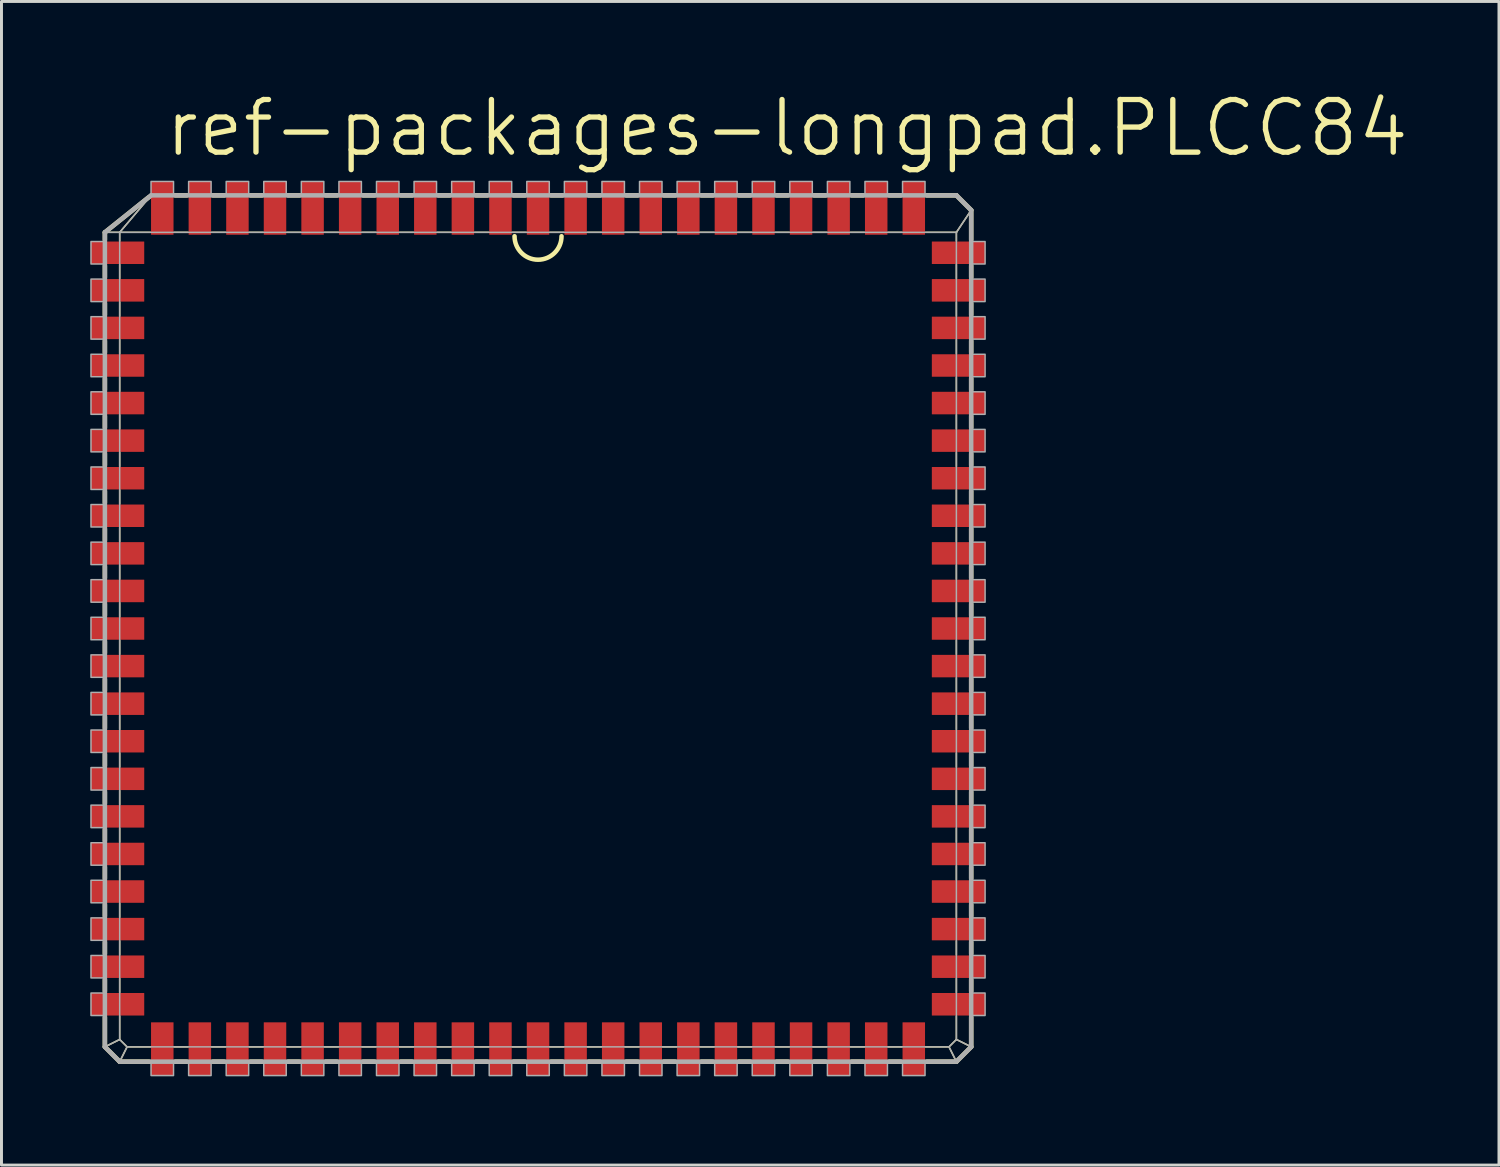
<source format=kicad_pcb>
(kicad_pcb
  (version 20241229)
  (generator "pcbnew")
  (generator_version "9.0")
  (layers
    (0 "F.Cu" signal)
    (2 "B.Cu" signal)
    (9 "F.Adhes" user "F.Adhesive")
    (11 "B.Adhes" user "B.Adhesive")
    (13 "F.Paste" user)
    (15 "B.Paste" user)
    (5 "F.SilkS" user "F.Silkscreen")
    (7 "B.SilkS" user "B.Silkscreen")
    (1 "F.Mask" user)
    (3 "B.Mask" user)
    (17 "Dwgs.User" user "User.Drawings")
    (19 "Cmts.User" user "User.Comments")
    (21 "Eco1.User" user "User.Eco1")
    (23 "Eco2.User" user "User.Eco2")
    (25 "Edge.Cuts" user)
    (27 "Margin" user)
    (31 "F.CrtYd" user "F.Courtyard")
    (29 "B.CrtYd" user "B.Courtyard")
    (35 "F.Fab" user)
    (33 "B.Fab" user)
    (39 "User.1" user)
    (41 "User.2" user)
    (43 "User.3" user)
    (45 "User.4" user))
  (footprint "ref-packages-longpad.PLCC84"
    (layer "F.Cu")
    (at 15.135 18.193)
    (property "Reference" "ref-packages-longpad.PLCC84" (at -12.7 -15.875 0) (layer "F.SilkS") (effects (font (size 1.778 1.778) (thickness 0.18)) (justify left bottom)))
    (attr smd)
    (fp_line (start -14.64 -13.39) (end -14.14 -13.39) (stroke (width 0.051) (type default)) (layer "F.SilkS"))
    (fp_line (start -14.64 -13.39) (end -13.14 -14.59) (stroke (width 0.152) (type default)) (layer "F.SilkS"))
    (fp_line (start -14.64 -13.14) (end -14.64 -13.39) (stroke (width 0.152) (type default)) (layer "F.SilkS"))
    (fp_line (start -14.64 -11.87) (end -14.64 -12.26) (stroke (width 0.152) (type default)) (layer "F.SilkS"))
    (fp_line (start -14.64 -10.6) (end -14.64 -10.99) (stroke (width 0.152) (type default)) (layer "F.SilkS"))
    (fp_line (start -14.64 -9.33) (end -14.64 -9.72) (stroke (width 0.152) (type default)) (layer "F.SilkS"))
    (fp_line (start -14.64 -8.06) (end -14.64 -8.45) (stroke (width 0.152) (type default)) (layer "F.SilkS"))
    (fp_line (start -14.64 -6.79) (end -14.64 -7.18) (stroke (width 0.152) (type default)) (layer "F.SilkS"))
    (fp_line (start -14.64 -5.52) (end -14.64 -5.91) (stroke (width 0.152) (type default)) (layer "F.SilkS"))
    (fp_line (start -14.64 -4.25) (end -14.64 -4.64) (stroke (width 0.152) (type default)) (layer "F.SilkS"))
    (fp_line (start -14.64 -2.98) (end -14.64 -3.37) (stroke (width 0.152) (type default)) (layer "F.SilkS"))
    (fp_line (start -14.64 -1.71) (end -14.64 -2.1) (stroke (width 0.152) (type default)) (layer "F.SilkS"))
    (fp_line (start -14.64 -0.44) (end -14.64 -0.83) (stroke (width 0.152) (type default)) (layer "F.SilkS"))
    (fp_line (start -14.64 0.83) (end -14.64 0.44) (stroke (width 0.152) (type default)) (layer "F.SilkS"))
    (fp_line (start -14.64 2.1) (end -14.64 1.71) (stroke (width 0.152) (type default)) (layer "F.SilkS"))
    (fp_line (start -14.64 3.37) (end -14.64 2.98) (stroke (width 0.152) (type default)) (layer "F.SilkS"))
    (fp_line (start -14.64 4.64) (end -14.64 4.25) (stroke (width 0.152) (type default)) (layer "F.SilkS"))
    (fp_line (start -14.64 5.91) (end -14.64 5.52) (stroke (width 0.152) (type default)) (layer "F.SilkS"))
    (fp_line (start -14.64 7.18) (end -14.64 6.79) (stroke (width 0.152) (type default)) (layer "F.SilkS"))
    (fp_line (start -14.64 8.45) (end -14.64 8.06) (stroke (width 0.152) (type default)) (layer "F.SilkS"))
    (fp_line (start -14.64 9.72) (end -14.64 9.33) (stroke (width 0.152) (type default)) (layer "F.SilkS"))
    (fp_line (start -14.64 10.99) (end -14.64 10.6) (stroke (width 0.152) (type default)) (layer "F.SilkS"))
    (fp_line (start -14.64 12.26) (end -14.64 11.87) (stroke (width 0.152) (type default)) (layer "F.SilkS"))
    (fp_line (start -14.64 14.14) (end -14.64 13.14) (stroke (width 0.152) (type default)) (layer "F.SilkS"))
    (fp_line (start -14.64 14.14) (end -14.14 13.89) (stroke (width 0.051) (type default)) (layer "F.SilkS"))
    (fp_line (start -14.14 -13.39) (end -13.1 -14.62) (stroke (width 0.051) (type default)) (layer "F.SilkS"))
    (fp_line (start -14.14 -13.39) (end -13.1 -13.39) (stroke (width 0.051) (type default)) (layer "F.SilkS"))
    (fp_line (start -14.14 -13.1) (end -14.14 -13.39) (stroke (width 0.051) (type default)) (layer "F.SilkS"))
    (fp_line (start -14.14 -11.83) (end -14.14 -12.3) (stroke (width 0.051) (type default)) (layer "F.SilkS"))
    (fp_line (start -14.14 -10.56) (end -14.14 -11.03) (stroke (width 0.051) (type default)) (layer "F.SilkS"))
    (fp_line (start -14.14 -9.29) (end -14.14 -9.76) (stroke (width 0.051) (type default)) (layer "F.SilkS"))
    (fp_line (start -14.14 -8.02) (end -14.14 -8.49) (stroke (width 0.051) (type default)) (layer "F.SilkS"))
    (fp_line (start -14.14 -6.75) (end -14.14 -7.22) (stroke (width 0.051) (type default)) (layer "F.SilkS"))
    (fp_line (start -14.14 -5.48) (end -14.14 -5.95) (stroke (width 0.051) (type default)) (layer "F.SilkS"))
    (fp_line (start -14.14 -4.21) (end -14.14 -4.68) (stroke (width 0.051) (type default)) (layer "F.SilkS"))
    (fp_line (start -14.14 -2.94) (end -14.14 -3.41) (stroke (width 0.051) (type default)) (layer "F.SilkS"))
    (fp_line (start -14.14 -1.67) (end -14.14 -2.14) (stroke (width 0.051) (type default)) (layer "F.SilkS"))
    (fp_line (start -14.14 -0.4) (end -14.14 -0.87) (stroke (width 0.051) (type default)) (layer "F.SilkS"))
    (fp_line (start -14.14 0.87) (end -14.14 0.4) (stroke (width 0.051) (type default)) (layer "F.SilkS"))
    (fp_line (start -14.14 2.14) (end -14.14 1.67) (stroke (width 0.051) (type default)) (layer "F.SilkS"))
    (fp_line (start -14.14 3.41) (end -14.14 2.94) (stroke (width 0.051) (type default)) (layer "F.SilkS"))
    (fp_line (start -14.14 4.68) (end -14.14 4.21) (stroke (width 0.051) (type default)) (layer "F.SilkS"))
    (fp_line (start -14.14 5.95) (end -14.14 5.48) (stroke (width 0.051) (type default)) (layer "F.SilkS"))
    (fp_line (start -14.14 7.22) (end -14.14 6.75) (stroke (width 0.051) (type default)) (layer "F.SilkS"))
    (fp_line (start -14.14 8.49) (end -14.14 8.02) (stroke (width 0.051) (type default)) (layer "F.SilkS"))
    (fp_line (start -14.14 9.76) (end -14.14 9.29) (stroke (width 0.051) (type default)) (layer "F.SilkS"))
    (fp_line (start -14.14 11.03) (end -14.14 10.56) (stroke (width 0.051) (type default)) (layer "F.SilkS"))
    (fp_line (start -14.14 12.3) (end -14.14 11.83) (stroke (width 0.051) (type default)) (layer "F.SilkS"))
    (fp_line (start -14.14 13.89) (end -14.14 13.1) (stroke (width 0.051) (type default)) (layer "F.SilkS"))
    (fp_line (start -14.14 14.64) (end -14.64 14.14) (stroke (width 0.152) (type default)) (layer "F.SilkS"))
    (fp_line (start -14.14 14.64) (end -13.89 14.14) (stroke (width 0.051) (type default)) (layer "F.SilkS"))
    (fp_line (start -13.89 14.14) (end -14.14 13.89) (stroke (width 0.051) (type default)) (layer "F.SilkS"))
    (fp_line (start -13.14 14.64) (end -14.14 14.64) (stroke (width 0.152) (type default)) (layer "F.SilkS"))
    (fp_line (start -13.1 14.14) (end -13.89 14.14) (stroke (width 0.051) (type default)) (layer "F.SilkS"))
    (fp_line (start -12.3 -13.39) (end -11.83 -13.39) (stroke (width 0.051) (type default)) (layer "F.SilkS"))
    (fp_line (start -12.26 -14.64) (end -11.87 -14.64) (stroke (width 0.152) (type default)) (layer "F.SilkS"))
    (fp_line (start -11.87 14.64) (end -12.26 14.64) (stroke (width 0.152) (type default)) (layer "F.SilkS"))
    (fp_line (start -11.83 14.14) (end -12.3 14.14) (stroke (width 0.051) (type default)) (layer "F.SilkS"))
    (fp_line (start -11.03 -13.39) (end -10.56 -13.39) (stroke (width 0.051) (type default)) (layer "F.SilkS"))
    (fp_line (start -10.99 -14.64) (end -10.6 -14.64) (stroke (width 0.152) (type default)) (layer "F.SilkS"))
    (fp_line (start -10.6 14.64) (end -10.99 14.64) (stroke (width 0.152) (type default)) (layer "F.SilkS"))
    (fp_line (start -10.56 14.14) (end -11.03 14.14) (stroke (width 0.051) (type default)) (layer "F.SilkS"))
    (fp_line (start -9.76 -13.39) (end -9.29 -13.39) (stroke (width 0.051) (type default)) (layer "F.SilkS"))
    (fp_line (start -9.72 -14.64) (end -9.33 -14.64) (stroke (width 0.152) (type default)) (layer "F.SilkS"))
    (fp_line (start -9.33 14.64) (end -9.72 14.64) (stroke (width 0.152) (type default)) (layer "F.SilkS"))
    (fp_line (start -9.29 14.14) (end -9.76 14.14) (stroke (width 0.051) (type default)) (layer "F.SilkS"))
    (fp_line (start -8.49 -13.39) (end -8.02 -13.39) (stroke (width 0.051) (type default)) (layer "F.SilkS"))
    (fp_line (start -8.45 -14.64) (end -8.06 -14.64) (stroke (width 0.152) (type default)) (layer "F.SilkS"))
    (fp_line (start -8.06 14.64) (end -8.45 14.64) (stroke (width 0.152) (type default)) (layer "F.SilkS"))
    (fp_line (start -8.02 14.14) (end -8.49 14.14) (stroke (width 0.051) (type default)) (layer "F.SilkS"))
    (fp_line (start -7.22 -13.39) (end -6.75 -13.39) (stroke (width 0.051) (type default)) (layer "F.SilkS"))
    (fp_line (start -7.18 -14.64) (end -6.79 -14.64) (stroke (width 0.152) (type default)) (layer "F.SilkS"))
    (fp_line (start -6.79 14.64) (end -7.18 14.64) (stroke (width 0.152) (type default)) (layer "F.SilkS"))
    (fp_line (start -6.75 14.14) (end -7.22 14.14) (stroke (width 0.051) (type default)) (layer "F.SilkS"))
    (fp_line (start -5.95 -13.39) (end -5.48 -13.39) (stroke (width 0.051) (type default)) (layer "F.SilkS"))
    (fp_line (start -5.91 -14.64) (end -5.52 -14.64) (stroke (width 0.152) (type default)) (layer "F.SilkS"))
    (fp_line (start -5.52 14.64) (end -5.91 14.64) (stroke (width 0.152) (type default)) (layer "F.SilkS"))
    (fp_line (start -5.48 14.14) (end -5.95 14.14) (stroke (width 0.051) (type default)) (layer "F.SilkS"))
    (fp_line (start -4.68 -13.39) (end -4.21 -13.39) (stroke (width 0.051) (type default)) (layer "F.SilkS"))
    (fp_line (start -4.64 -14.64) (end -4.25 -14.64) (stroke (width 0.152) (type default)) (layer "F.SilkS"))
    (fp_line (start -4.25 14.64) (end -4.64 14.64) (stroke (width 0.152) (type default)) (layer "F.SilkS"))
    (fp_line (start -4.21 14.14) (end -4.68 14.14) (stroke (width 0.051) (type default)) (layer "F.SilkS"))
    (fp_line (start -3.41 -13.39) (end -2.94 -13.39) (stroke (width 0.051) (type default)) (layer "F.SilkS"))
    (fp_line (start -3.37 -14.64) (end -2.98 -14.64) (stroke (width 0.152) (type default)) (layer "F.SilkS"))
    (fp_line (start -2.98 14.64) (end -3.37 14.64) (stroke (width 0.152) (type default)) (layer "F.SilkS"))
    (fp_line (start -2.94 14.14) (end -3.41 14.14) (stroke (width 0.051) (type default)) (layer "F.SilkS"))
    (fp_line (start -2.14 -13.39) (end -1.67 -13.39) (stroke (width 0.051) (type default)) (layer "F.SilkS"))
    (fp_line (start -2.1 -14.64) (end -1.71 -14.64) (stroke (width 0.152) (type default)) (layer "F.SilkS"))
    (fp_line (start -1.71 14.64) (end -2.1 14.64) (stroke (width 0.152) (type default)) (layer "F.SilkS"))
    (fp_line (start -1.67 14.14) (end -2.14 14.14) (stroke (width 0.051) (type default)) (layer "F.SilkS"))
    (fp_line (start -0.87 -13.39) (end -0.4 -13.39) (stroke (width 0.051) (type default)) (layer "F.SilkS"))
    (fp_line (start -0.83 -14.64) (end -0.44 -14.64) (stroke (width 0.152) (type default)) (layer "F.SilkS"))
    (fp_line (start -0.44 14.64) (end -0.83 14.64) (stroke (width 0.152) (type default)) (layer "F.SilkS"))
    (fp_line (start -0.4 14.14) (end -0.87 14.14) (stroke (width 0.051) (type default)) (layer "F.SilkS"))
    (fp_line (start 0.4 -13.39) (end 0.87 -13.39) (stroke (width 0.051) (type default)) (layer "F.SilkS"))
    (fp_line (start 0.44 -14.64) (end 0.83 -14.64) (stroke (width 0.152) (type default)) (layer "F.SilkS"))
    (fp_line (start 0.83 14.64) (end 0.44 14.64) (stroke (width 0.152) (type default)) (layer "F.SilkS"))
    (fp_line (start 0.87 14.14) (end 0.4 14.14) (stroke (width 0.051) (type default)) (layer "F.SilkS"))
    (fp_line (start 1.67 -13.39) (end 2.14 -13.39) (stroke (width 0.051) (type default)) (layer "F.SilkS"))
    (fp_line (start 1.71 -14.64) (end 2.1 -14.64) (stroke (width 0.152) (type default)) (layer "F.SilkS"))
    (fp_line (start 2.1 14.64) (end 1.71 14.64) (stroke (width 0.152) (type default)) (layer "F.SilkS"))
    (fp_line (start 2.14 14.14) (end 1.67 14.14) (stroke (width 0.051) (type default)) (layer "F.SilkS"))
    (fp_line (start 2.94 -13.39) (end 3.41 -13.39) (stroke (width 0.051) (type default)) (layer "F.SilkS"))
    (fp_line (start 2.98 -14.64) (end 3.37 -14.64) (stroke (width 0.152) (type default)) (layer "F.SilkS"))
    (fp_line (start 3.37 14.64) (end 2.98 14.64) (stroke (width 0.152) (type default)) (layer "F.SilkS"))
    (fp_line (start 3.41 14.14) (end 2.94 14.14) (stroke (width 0.051) (type default)) (layer "F.SilkS"))
    (fp_line (start 4.21 -13.39) (end 4.68 -13.39) (stroke (width 0.051) (type default)) (layer "F.SilkS"))
    (fp_line (start 4.25 -14.64) (end 4.64 -14.64) (stroke (width 0.152) (type default)) (layer "F.SilkS"))
    (fp_line (start 4.64 14.64) (end 4.25 14.64) (stroke (width 0.152) (type default)) (layer "F.SilkS"))
    (fp_line (start 4.68 14.14) (end 4.21 14.14) (stroke (width 0.051) (type default)) (layer "F.SilkS"))
    (fp_line (start 5.48 -13.39) (end 5.95 -13.39) (stroke (width 0.051) (type default)) (layer "F.SilkS"))
    (fp_line (start 5.52 -14.64) (end 5.91 -14.64) (stroke (width 0.152) (type default)) (layer "F.SilkS"))
    (fp_line (start 5.91 14.64) (end 5.52 14.64) (stroke (width 0.152) (type default)) (layer "F.SilkS"))
    (fp_line (start 5.95 14.14) (end 5.48 14.14) (stroke (width 0.051) (type default)) (layer "F.SilkS"))
    (fp_line (start 6.75 -13.39) (end 7.22 -13.39) (stroke (width 0.051) (type default)) (layer "F.SilkS"))
    (fp_line (start 6.79 -14.64) (end 7.18 -14.64) (stroke (width 0.152) (type default)) (layer "F.SilkS"))
    (fp_line (start 7.18 14.64) (end 6.79 14.64) (stroke (width 0.152) (type default)) (layer "F.SilkS"))
    (fp_line (start 7.22 14.14) (end 6.75 14.14) (stroke (width 0.051) (type default)) (layer "F.SilkS"))
    (fp_line (start 8.02 -13.39) (end 8.49 -13.39) (stroke (width 0.051) (type default)) (layer "F.SilkS"))
    (fp_line (start 8.06 -14.64) (end 8.45 -14.64) (stroke (width 0.152) (type default)) (layer "F.SilkS"))
    (fp_line (start 8.45 14.64) (end 8.06 14.64) (stroke (width 0.152) (type default)) (layer "F.SilkS"))
    (fp_line (start 8.49 14.14) (end 8.02 14.14) (stroke (width 0.051) (type default)) (layer "F.SilkS"))
    (fp_line (start 9.29 -13.39) (end 9.76 -13.39) (stroke (width 0.051) (type default)) (layer "F.SilkS"))
    (fp_line (start 9.33 -14.64) (end 9.72 -14.64) (stroke (width 0.152) (type default)) (layer "F.SilkS"))
    (fp_line (start 9.72 14.64) (end 9.33 14.64) (stroke (width 0.152) (type default)) (layer "F.SilkS"))
    (fp_line (start 9.76 14.14) (end 9.29 14.14) (stroke (width 0.051) (type default)) (layer "F.SilkS"))
    (fp_line (start 10.56 -13.39) (end 11.03 -13.39) (stroke (width 0.051) (type default)) (layer "F.SilkS"))
    (fp_line (start 10.6 -14.64) (end 10.99 -14.64) (stroke (width 0.152) (type default)) (layer "F.SilkS"))
    (fp_line (start 10.99 14.64) (end 10.6 14.64) (stroke (width 0.152) (type default)) (layer "F.SilkS"))
    (fp_line (start 11.03 14.14) (end 10.56 14.14) (stroke (width 0.051) (type default)) (layer "F.SilkS"))
    (fp_line (start 11.83 -13.39) (end 12.3 -13.39) (stroke (width 0.051) (type default)) (layer "F.SilkS"))
    (fp_line (start 11.87 -14.64) (end 12.26 -14.64) (stroke (width 0.152) (type default)) (layer "F.SilkS"))
    (fp_line (start 12.26 14.64) (end 11.87 14.64) (stroke (width 0.152) (type default)) (layer "F.SilkS"))
    (fp_line (start 12.3 14.14) (end 11.83 14.14) (stroke (width 0.051) (type default)) (layer "F.SilkS"))
    (fp_line (start 13.1 -13.39) (end 14.14 -13.39) (stroke (width 0.051) (type default)) (layer "F.SilkS"))
    (fp_line (start 13.14 -14.64) (end 14.14 -14.64) (stroke (width 0.152) (type default)) (layer "F.SilkS"))
    (fp_line (start 13.89 14.14) (end 13.1 14.14) (stroke (width 0.051) (type default)) (layer "F.SilkS"))
    (fp_line (start 13.89 14.14) (end 14.14 14.64) (stroke (width 0.051) (type default)) (layer "F.SilkS"))
    (fp_line (start 14.14 -14.64) (end 14.64 -14.14) (stroke (width 0.152) (type default)) (layer "F.SilkS"))
    (fp_line (start 14.14 -13.39) (end 14.14 -13.1) (stroke (width 0.051) (type default)) (layer "F.SilkS"))
    (fp_line (start 14.14 -12.3) (end 14.14 -11.83) (stroke (width 0.051) (type default)) (layer "F.SilkS"))
    (fp_line (start 14.14 -11.03) (end 14.14 -10.56) (stroke (width 0.051) (type default)) (layer "F.SilkS"))
    (fp_line (start 14.14 -9.76) (end 14.14 -9.29) (stroke (width 0.051) (type default)) (layer "F.SilkS"))
    (fp_line (start 14.14 -8.49) (end 14.14 -8.02) (stroke (width 0.051) (type default)) (layer "F.SilkS"))
    (fp_line (start 14.14 -7.22) (end 14.14 -6.75) (stroke (width 0.051) (type default)) (layer "F.SilkS"))
    (fp_line (start 14.14 -5.95) (end 14.14 -5.48) (stroke (width 0.051) (type default)) (layer "F.SilkS"))
    (fp_line (start 14.14 -4.68) (end 14.14 -4.21) (stroke (width 0.051) (type default)) (layer "F.SilkS"))
    (fp_line (start 14.14 -3.41) (end 14.14 -2.94) (stroke (width 0.051) (type default)) (layer "F.SilkS"))
    (fp_line (start 14.14 -2.14) (end 14.14 -1.67) (stroke (width 0.051) (type default)) (layer "F.SilkS"))
    (fp_line (start 14.14 -0.87) (end 14.14 -0.4) (stroke (width 0.051) (type default)) (layer "F.SilkS"))
    (fp_line (start 14.14 0.4) (end 14.14 0.87) (stroke (width 0.051) (type default)) (layer "F.SilkS"))
    (fp_line (start 14.14 1.67) (end 14.14 2.14) (stroke (width 0.051) (type default)) (layer "F.SilkS"))
    (fp_line (start 14.14 2.94) (end 14.14 3.41) (stroke (width 0.051) (type default)) (layer "F.SilkS"))
    (fp_line (start 14.14 4.21) (end 14.14 4.68) (stroke (width 0.051) (type default)) (layer "F.SilkS"))
    (fp_line (start 14.14 5.48) (end 14.14 5.95) (stroke (width 0.051) (type default)) (layer "F.SilkS"))
    (fp_line (start 14.14 6.75) (end 14.14 7.22) (stroke (width 0.051) (type default)) (layer "F.SilkS"))
    (fp_line (start 14.14 8.02) (end 14.14 8.49) (stroke (width 0.051) (type default)) (layer "F.SilkS"))
    (fp_line (start 14.14 9.29) (end 14.14 9.76) (stroke (width 0.051) (type default)) (layer "F.SilkS"))
    (fp_line (start 14.14 10.56) (end 14.14 11.03) (stroke (width 0.051) (type default)) (layer "F.SilkS"))
    (fp_line (start 14.14 11.83) (end 14.14 12.3) (stroke (width 0.051) (type default)) (layer "F.SilkS"))
    (fp_line (start 14.14 13.1) (end 14.14 13.89) (stroke (width 0.051) (type default)) (layer "F.SilkS"))
    (fp_line (start 14.14 13.89) (end 13.89 14.14) (stroke (width 0.051) (type default)) (layer "F.SilkS"))
    (fp_line (start 14.14 13.89) (end 14.64 14.14) (stroke (width 0.051) (type default)) (layer "F.SilkS"))
    (fp_line (start 14.14 14.64) (end 13.14 14.64) (stroke (width 0.152) (type default)) (layer "F.SilkS"))
    (fp_line (start 14.64 -14.14) (end 14.14 -13.39) (stroke (width 0.051) (type default)) (layer "F.SilkS"))
    (fp_line (start 14.64 -14.14) (end 14.64 -13.14) (stroke (width 0.152) (type default)) (layer "F.SilkS"))
    (fp_line (start 14.64 -12.26) (end 14.64 -11.87) (stroke (width 0.152) (type default)) (layer "F.SilkS"))
    (fp_line (start 14.64 -10.99) (end 14.64 -10.6) (stroke (width 0.152) (type default)) (layer "F.SilkS"))
    (fp_line (start 14.64 -9.72) (end 14.64 -9.33) (stroke (width 0.152) (type default)) (layer "F.SilkS"))
    (fp_line (start 14.64 -8.45) (end 14.64 -8.06) (stroke (width 0.152) (type default)) (layer "F.SilkS"))
    (fp_line (start 14.64 -7.18) (end 14.64 -6.79) (stroke (width 0.152) (type default)) (layer "F.SilkS"))
    (fp_line (start 14.64 -5.91) (end 14.64 -5.52) (stroke (width 0.152) (type default)) (layer "F.SilkS"))
    (fp_line (start 14.64 -4.64) (end 14.64 -4.25) (stroke (width 0.152) (type default)) (layer "F.SilkS"))
    (fp_line (start 14.64 -3.37) (end 14.64 -2.98) (stroke (width 0.152) (type default)) (layer "F.SilkS"))
    (fp_line (start 14.64 -2.1) (end 14.64 -1.71) (stroke (width 0.152) (type default)) (layer "F.SilkS"))
    (fp_line (start 14.64 -0.83) (end 14.64 -0.44) (stroke (width 0.152) (type default)) (layer "F.SilkS"))
    (fp_line (start 14.64 0.44) (end 14.64 0.83) (stroke (width 0.152) (type default)) (layer "F.SilkS"))
    (fp_line (start 14.64 1.71) (end 14.64 2.1) (stroke (width 0.152) (type default)) (layer "F.SilkS"))
    (fp_line (start 14.64 2.98) (end 14.64 3.37) (stroke (width 0.152) (type default)) (layer "F.SilkS"))
    (fp_line (start 14.64 4.25) (end 14.64 4.64) (stroke (width 0.152) (type default)) (layer "F.SilkS"))
    (fp_line (start 14.64 5.52) (end 14.64 5.91) (stroke (width 0.152) (type default)) (layer "F.SilkS"))
    (fp_line (start 14.64 6.79) (end 14.64 7.18) (stroke (width 0.152) (type default)) (layer "F.SilkS"))
    (fp_line (start 14.64 8.06) (end 14.64 8.45) (stroke (width 0.152) (type default)) (layer "F.SilkS"))
    (fp_line (start 14.64 9.33) (end 14.64 9.72) (stroke (width 0.152) (type default)) (layer "F.SilkS"))
    (fp_line (start 14.64 10.6) (end 14.64 10.99) (stroke (width 0.152) (type default)) (layer "F.SilkS"))
    (fp_line (start 14.64 11.87) (end 14.64 12.26) (stroke (width 0.152) (type default)) (layer "F.SilkS"))
    (fp_line (start 14.64 13.14) (end 14.64 14.14) (stroke (width 0.152) (type default)) (layer "F.SilkS"))
    (fp_line (start 14.64 14.14) (end 14.14 14.64) (stroke (width 0.152) (type default)) (layer "F.SilkS"))
    (fp_arc (start 0.7938 -13.2588) (mid 0 -12.465) (end -0.7938 -13.2588) (stroke (width 0.1524) (type default)) (layer "F.SilkS"))
    (fp_line (start -14.64 -13.39) (end -14.14 -13.39) (stroke (width 0.051) (type default)) (layer "F.Fab"))
    (fp_line (start -14.64 -13.39) (end -13.08 -14.64) (stroke (width 0.152) (type default)) (layer "F.Fab"))
    (fp_line (start -14.64 14.14) (end -14.64 -13.39) (stroke (width 0.152) (type default)) (layer "F.Fab"))
    (fp_line (start -14.64 14.14) (end -14.14 13.89) (stroke (width 0.051) (type default)) (layer "F.Fab"))
    (fp_line (start -14.14 -13.39) (end -13.08 -14.64) (stroke (width 0.051) (type default)) (layer "F.Fab"))
    (fp_line (start -14.14 -13.39) (end 14.14 -13.39) (stroke (width 0.051) (type default)) (layer "F.Fab"))
    (fp_line (start -14.14 13.89) (end -14.14 -13.39) (stroke (width 0.051) (type default)) (layer "F.Fab"))
    (fp_line (start -14.14 14.64) (end -14.64 14.14) (stroke (width 0.152) (type default)) (layer "F.Fab"))
    (fp_line (start -14.14 14.64) (end -13.89 14.14) (stroke (width 0.051) (type default)) (layer "F.Fab"))
    (fp_line (start -13.89 14.14) (end -14.14 13.89) (stroke (width 0.051) (type default)) (layer "F.Fab"))
    (fp_line (start -13.08 -14.64) (end 14.14 -14.64) (stroke (width 0.152) (type default)) (layer "F.Fab"))
    (fp_line (start 13.89 14.14) (end -13.89 14.14) (stroke (width 0.051) (type default)) (layer "F.Fab"))
    (fp_line (start 13.89 14.14) (end 14.14 14.64) (stroke (width 0.051) (type default)) (layer "F.Fab"))
    (fp_line (start 14.14 -14.64) (end 14.64 -14.14) (stroke (width 0.152) (type default)) (layer "F.Fab"))
    (fp_line (start 14.14 -13.39) (end 14.14 13.89) (stroke (width 0.051) (type default)) (layer "F.Fab"))
    (fp_line (start 14.14 13.89) (end 13.89 14.14) (stroke (width 0.051) (type default)) (layer "F.Fab"))
    (fp_line (start 14.14 13.89) (end 14.64 14.14) (stroke (width 0.051) (type default)) (layer "F.Fab"))
    (fp_line (start 14.14 14.64) (end -14.14 14.64) (stroke (width 0.152) (type default)) (layer "F.Fab"))
    (fp_line (start 14.64 -14.14) (end 14.14 -13.39) (stroke (width 0.051) (type default)) (layer "F.Fab"))
    (fp_line (start 14.64 -14.14) (end 14.64 14.14) (stroke (width 0.152) (type default)) (layer "F.Fab"))
    (fp_line (start 14.64 14.14) (end 14.14 14.64) (stroke (width 0.152) (type default)) (layer "F.Fab"))
    (fp_rect (start -15.11 -12.32) (end -14.64 -13.08) (stroke (width 0.05) (type default)) (fill no) (layer "F.Fab"))
    (fp_rect (start -15.11 -11.05) (end -14.64 -11.81) (stroke (width 0.05) (type default)) (fill no) (layer "F.Fab"))
    (fp_rect (start -15.11 -9.78) (end -14.64 -10.54) (stroke (width 0.05) (type default)) (fill no) (layer "F.Fab"))
    (fp_rect (start -15.11 -8.51) (end -14.64 -9.27) (stroke (width 0.05) (type default)) (fill no) (layer "F.Fab"))
    (fp_rect (start -15.11 -7.24) (end -14.64 -8) (stroke (width 0.05) (type default)) (fill no) (layer "F.Fab"))
    (fp_rect (start -15.11 -5.97) (end -14.64 -6.73) (stroke (width 0.05) (type default)) (fill no) (layer "F.Fab"))
    (fp_rect (start -15.11 -4.7) (end -14.64 -5.46) (stroke (width 0.05) (type default)) (fill no) (layer "F.Fab"))
    (fp_rect (start -15.11 -3.43) (end -14.64 -4.19) (stroke (width 0.05) (type default)) (fill no) (layer "F.Fab"))
    (fp_rect (start -15.11 -2.16) (end -14.64 -2.92) (stroke (width 0.05) (type default)) (fill no) (layer "F.Fab"))
    (fp_rect (start -15.11 -0.89) (end -14.64 -1.65) (stroke (width 0.05) (type default)) (fill no) (layer "F.Fab"))
    (fp_rect (start -15.11 0.38) (end -14.64 -0.38) (stroke (width 0.05) (type default)) (fill no) (layer "F.Fab"))
    (fp_rect (start -15.11 1.65) (end -14.64 0.89) (stroke (width 0.05) (type default)) (fill no) (layer "F.Fab"))
    (fp_rect (start -15.11 2.92) (end -14.64 2.16) (stroke (width 0.05) (type default)) (fill no) (layer "F.Fab"))
    (fp_rect (start -15.11 4.19) (end -14.64 3.43) (stroke (width 0.05) (type default)) (fill no) (layer "F.Fab"))
    (fp_rect (start -15.11 5.46) (end -14.64 4.7) (stroke (width 0.05) (type default)) (fill no) (layer "F.Fab"))
    (fp_rect (start -15.11 6.73) (end -14.64 5.97) (stroke (width 0.05) (type default)) (fill no) (layer "F.Fab"))
    (fp_rect (start -15.11 8) (end -14.64 7.24) (stroke (width 0.05) (type default)) (fill no) (layer "F.Fab"))
    (fp_rect (start -15.11 9.27) (end -14.64 8.51) (stroke (width 0.05) (type default)) (fill no) (layer "F.Fab"))
    (fp_rect (start -15.11 10.54) (end -14.64 9.78) (stroke (width 0.05) (type default)) (fill no) (layer "F.Fab"))
    (fp_rect (start -15.11 11.81) (end -14.64 11.05) (stroke (width 0.05) (type default)) (fill no) (layer "F.Fab"))
    (fp_rect (start -15.11 13.08) (end -14.64 12.32) (stroke (width 0.05) (type default)) (fill no) (layer "F.Fab"))
    (fp_rect (start -13.08 -14.64) (end -12.32 -15.11) (stroke (width 0.05) (type default)) (fill no) (layer "F.Fab"))
    (fp_rect (start -13.08 15.11) (end -12.32 14.64) (stroke (width 0.05) (type default)) (fill no) (layer "F.Fab"))
    (fp_rect (start -11.81 -14.64) (end -11.05 -15.11) (stroke (width 0.05) (type default)) (fill no) (layer "F.Fab"))
    (fp_rect (start -11.81 15.11) (end -11.05 14.64) (stroke (width 0.05) (type default)) (fill no) (layer "F.Fab"))
    (fp_rect (start -10.54 -14.64) (end -9.78 -15.11) (stroke (width 0.05) (type default)) (fill no) (layer "F.Fab"))
    (fp_rect (start -10.54 15.11) (end -9.78 14.64) (stroke (width 0.05) (type default)) (fill no) (layer "F.Fab"))
    (fp_rect (start -9.27 -14.64) (end -8.51 -15.11) (stroke (width 0.05) (type default)) (fill no) (layer "F.Fab"))
    (fp_rect (start -9.27 15.11) (end -8.51 14.64) (stroke (width 0.05) (type default)) (fill no) (layer "F.Fab"))
    (fp_rect (start -8 -14.64) (end -7.24 -15.11) (stroke (width 0.05) (type default)) (fill no) (layer "F.Fab"))
    (fp_rect (start -8 15.11) (end -7.24 14.64) (stroke (width 0.05) (type default)) (fill no) (layer "F.Fab"))
    (fp_rect (start -6.73 -14.64) (end -5.97 -15.11) (stroke (width 0.05) (type default)) (fill no) (layer "F.Fab"))
    (fp_rect (start -6.73 15.11) (end -5.97 14.64) (stroke (width 0.05) (type default)) (fill no) (layer "F.Fab"))
    (fp_rect (start -5.46 -14.64) (end -4.7 -15.11) (stroke (width 0.05) (type default)) (fill no) (layer "F.Fab"))
    (fp_rect (start -5.46 15.11) (end -4.7 14.64) (stroke (width 0.05) (type default)) (fill no) (layer "F.Fab"))
    (fp_rect (start -4.19 -14.64) (end -3.43 -15.11) (stroke (width 0.05) (type default)) (fill no) (layer "F.Fab"))
    (fp_rect (start -4.19 15.11) (end -3.43 14.64) (stroke (width 0.05) (type default)) (fill no) (layer "F.Fab"))
    (fp_rect (start -2.92 -14.64) (end -2.16 -15.11) (stroke (width 0.05) (type default)) (fill no) (layer "F.Fab"))
    (fp_rect (start -2.92 15.11) (end -2.16 14.64) (stroke (width 0.05) (type default)) (fill no) (layer "F.Fab"))
    (fp_rect (start -1.65 -14.64) (end -0.89 -15.11) (stroke (width 0.05) (type default)) (fill no) (layer "F.Fab"))
    (fp_rect (start -1.65 15.11) (end -0.89 14.64) (stroke (width 0.05) (type default)) (fill no) (layer "F.Fab"))
    (fp_rect (start -0.38 -14.64) (end 0.38 -15.11) (stroke (width 0.05) (type default)) (fill no) (layer "F.Fab"))
    (fp_rect (start -0.38 15.11) (end 0.38 14.64) (stroke (width 0.05) (type default)) (fill no) (layer "F.Fab"))
    (fp_rect (start 0.89 -14.64) (end 1.65 -15.11) (stroke (width 0.05) (type default)) (fill no) (layer "F.Fab"))
    (fp_rect (start 0.89 15.11) (end 1.65 14.64) (stroke (width 0.05) (type default)) (fill no) (layer "F.Fab"))
    (fp_rect (start 2.16 -14.64) (end 2.92 -15.11) (stroke (width 0.05) (type default)) (fill no) (layer "F.Fab"))
    (fp_rect (start 2.16 15.11) (end 2.92 14.64) (stroke (width 0.05) (type default)) (fill no) (layer "F.Fab"))
    (fp_rect (start 3.43 -14.64) (end 4.19 -15.11) (stroke (width 0.05) (type default)) (fill no) (layer "F.Fab"))
    (fp_rect (start 3.43 15.11) (end 4.19 14.64) (stroke (width 0.05) (type default)) (fill no) (layer "F.Fab"))
    (fp_rect (start 4.7 -14.64) (end 5.46 -15.11) (stroke (width 0.05) (type default)) (fill no) (layer "F.Fab"))
    (fp_rect (start 4.7 15.11) (end 5.46 14.64) (stroke (width 0.05) (type default)) (fill no) (layer "F.Fab"))
    (fp_rect (start 5.97 -14.64) (end 6.73 -15.11) (stroke (width 0.05) (type default)) (fill no) (layer "F.Fab"))
    (fp_rect (start 5.97 15.11) (end 6.73 14.64) (stroke (width 0.05) (type default)) (fill no) (layer "F.Fab"))
    (fp_rect (start 7.24 -14.64) (end 8 -15.11) (stroke (width 0.05) (type default)) (fill no) (layer "F.Fab"))
    (fp_rect (start 7.24 15.11) (end 8 14.64) (stroke (width 0.05) (type default)) (fill no) (layer "F.Fab"))
    (fp_rect (start 8.51 -14.64) (end 9.27 -15.11) (stroke (width 0.05) (type default)) (fill no) (layer "F.Fab"))
    (fp_rect (start 8.51 15.11) (end 9.27 14.64) (stroke (width 0.05) (type default)) (fill no) (layer "F.Fab"))
    (fp_rect (start 9.78 -14.64) (end 10.54 -15.11) (stroke (width 0.05) (type default)) (fill no) (layer "F.Fab"))
    (fp_rect (start 9.78 15.11) (end 10.54 14.64) (stroke (width 0.05) (type default)) (fill no) (layer "F.Fab"))
    (fp_rect (start 11.05 -14.64) (end 11.81 -15.11) (stroke (width 0.05) (type default)) (fill no) (layer "F.Fab"))
    (fp_rect (start 11.05 15.11) (end 11.81 14.64) (stroke (width 0.05) (type default)) (fill no) (layer "F.Fab"))
    (fp_rect (start 12.32 -14.64) (end 13.08 -15.11) (stroke (width 0.05) (type default)) (fill no) (layer "F.Fab"))
    (fp_rect (start 12.32 15.11) (end 13.08 14.64) (stroke (width 0.05) (type default)) (fill no) (layer "F.Fab"))
    (fp_rect (start 14.64 -12.32) (end 15.11 -13.08) (stroke (width 0.05) (type default)) (fill no) (layer "F.Fab"))
    (fp_rect (start 14.64 -11.05) (end 15.11 -11.81) (stroke (width 0.05) (type default)) (fill no) (layer "F.Fab"))
    (fp_rect (start 14.64 -9.78) (end 15.11 -10.54) (stroke (width 0.05) (type default)) (fill no) (layer "F.Fab"))
    (fp_rect (start 14.64 -8.51) (end 15.11 -9.27) (stroke (width 0.05) (type default)) (fill no) (layer "F.Fab"))
    (fp_rect (start 14.64 -7.24) (end 15.11 -8) (stroke (width 0.05) (type default)) (fill no) (layer "F.Fab"))
    (fp_rect (start 14.64 -5.97) (end 15.11 -6.73) (stroke (width 0.05) (type default)) (fill no) (layer "F.Fab"))
    (fp_rect (start 14.64 -4.7) (end 15.11 -5.46) (stroke (width 0.05) (type default)) (fill no) (layer "F.Fab"))
    (fp_rect (start 14.64 -3.43) (end 15.11 -4.19) (stroke (width 0.05) (type default)) (fill no) (layer "F.Fab"))
    (fp_rect (start 14.64 -2.16) (end 15.11 -2.92) (stroke (width 0.05) (type default)) (fill no) (layer "F.Fab"))
    (fp_rect (start 14.64 -0.89) (end 15.11 -1.65) (stroke (width 0.05) (type default)) (fill no) (layer "F.Fab"))
    (fp_rect (start 14.64 0.38) (end 15.11 -0.38) (stroke (width 0.05) (type default)) (fill no) (layer "F.Fab"))
    (fp_rect (start 14.64 1.65) (end 15.11 0.89) (stroke (width 0.05) (type default)) (fill no) (layer "F.Fab"))
    (fp_rect (start 14.64 2.92) (end 15.11 2.16) (stroke (width 0.05) (type default)) (fill no) (layer "F.Fab"))
    (fp_rect (start 14.64 4.19) (end 15.11 3.43) (stroke (width 0.05) (type default)) (fill no) (layer "F.Fab"))
    (fp_rect (start 14.64 5.46) (end 15.11 4.7) (stroke (width 0.05) (type default)) (fill no) (layer "F.Fab"))
    (fp_rect (start 14.64 6.73) (end 15.11 5.97) (stroke (width 0.05) (type default)) (fill no) (layer "F.Fab"))
    (fp_rect (start 14.64 8) (end 15.11 7.24) (stroke (width 0.05) (type default)) (fill no) (layer "F.Fab"))
    (fp_rect (start 14.64 9.27) (end 15.11 8.51) (stroke (width 0.05) (type default)) (fill no) (layer "F.Fab"))
    (fp_rect (start 14.64 10.54) (end 15.11 9.78) (stroke (width 0.05) (type default)) (fill no) (layer "F.Fab"))
    (fp_rect (start 14.64 11.81) (end 15.11 11.05) (stroke (width 0.05) (type default)) (fill no) (layer "F.Fab"))
    (fp_rect (start 14.64 13.08) (end 15.11 12.32) (stroke (width 0.05) (type default)) (fill no) (layer "F.Fab"))
    (pad "1" smd roundrect (at 0 -14.21) (size 0.76 1.8) (layers "F.Cu" "F.Mask" "F.Paste") (roundrect_rratio 0.01))
    (pad "2" smd roundrect (at -1.27 -14.21) (size 0.76 1.8) (layers "F.Cu" "F.Mask" "F.Paste") (roundrect_rratio 0.01))
    (pad "3" smd roundrect (at -2.54 -14.21) (size 0.76 1.8) (layers "F.Cu" "F.Mask" "F.Paste") (roundrect_rratio 0.01))
    (pad "4" smd roundrect (at -3.81 -14.21) (size 0.76 1.8) (layers "F.Cu" "F.Mask" "F.Paste") (roundrect_rratio 0.01))
    (pad "5" smd roundrect (at -5.08 -14.21) (size 0.76 1.8) (layers "F.Cu" "F.Mask" "F.Paste") (roundrect_rratio 0.01))
    (pad "6" smd roundrect (at -6.35 -14.21) (size 0.76 1.8) (layers "F.Cu" "F.Mask" "F.Paste") (roundrect_rratio 0.01))
    (pad "7" smd roundrect (at -7.62 -14.21) (size 0.76 1.8) (layers "F.Cu" "F.Mask" "F.Paste") (roundrect_rratio 0.01))
    (pad "8" smd roundrect (at -8.89 -14.21) (size 0.76 1.8) (layers "F.Cu" "F.Mask" "F.Paste") (roundrect_rratio 0.01))
    (pad "9" smd roundrect (at -10.16 -14.21) (size 0.76 1.8) (layers "F.Cu" "F.Mask" "F.Paste") (roundrect_rratio 0.01))
    (pad "10" smd roundrect (at -11.43 -14.21) (size 0.76 1.8) (layers "F.Cu" "F.Mask" "F.Paste") (roundrect_rratio 0.01))
    (pad "11" smd roundrect (at -12.7 -14.21) (size 0.76 1.8) (layers "F.Cu" "F.Mask" "F.Paste") (roundrect_rratio 0.01))
    (pad "12" smd roundrect (at -14.21 -12.7) (size 1.8 0.76) (layers "F.Cu" "F.Mask" "F.Paste") (roundrect_rratio 0.01))
    (pad "13" smd roundrect (at -14.21 -11.43) (size 1.8 0.76) (layers "F.Cu" "F.Mask" "F.Paste") (roundrect_rratio 0.01))
    (pad "14" smd roundrect (at -14.21 -10.16) (size 1.8 0.76) (layers "F.Cu" "F.Mask" "F.Paste") (roundrect_rratio 0.01))
    (pad "15" smd roundrect (at -14.21 -8.89) (size 1.8 0.76) (layers "F.Cu" "F.Mask" "F.Paste") (roundrect_rratio 0.01))
    (pad "16" smd roundrect (at -14.21 -7.62) (size 1.8 0.76) (layers "F.Cu" "F.Mask" "F.Paste") (roundrect_rratio 0.01))
    (pad "17" smd roundrect (at -14.21 -6.35) (size 1.8 0.76) (layers "F.Cu" "F.Mask" "F.Paste") (roundrect_rratio 0.01))
    (pad "18" smd roundrect (at -14.21 -5.08) (size 1.8 0.76) (layers "F.Cu" "F.Mask" "F.Paste") (roundrect_rratio 0.01))
    (pad "19" smd roundrect (at -14.21 -3.81) (size 1.8 0.76) (layers "F.Cu" "F.Mask" "F.Paste") (roundrect_rratio 0.01))
    (pad "20" smd roundrect (at -14.21 -2.54) (size 1.8 0.76) (layers "F.Cu" "F.Mask" "F.Paste") (roundrect_rratio 0.01))
    (pad "21" smd roundrect (at -14.21 -1.27) (size 1.8 0.76) (layers "F.Cu" "F.Mask" "F.Paste") (roundrect_rratio 0.01))
    (pad "22" smd roundrect (at -14.21 0) (size 1.8 0.76) (layers "F.Cu" "F.Mask" "F.Paste") (roundrect_rratio 0.01))
    (pad "23" smd roundrect (at -14.21 1.27) (size 1.8 0.76) (layers "F.Cu" "F.Mask" "F.Paste") (roundrect_rratio 0.01))
    (pad "24" smd roundrect (at -14.21 2.54) (size 1.8 0.76) (layers "F.Cu" "F.Mask" "F.Paste") (roundrect_rratio 0.01))
    (pad "25" smd roundrect (at -14.21 3.81) (size 1.8 0.76) (layers "F.Cu" "F.Mask" "F.Paste") (roundrect_rratio 0.01))
    (pad "26" smd roundrect (at -14.21 5.08) (size 1.8 0.76) (layers "F.Cu" "F.Mask" "F.Paste") (roundrect_rratio 0.01))
    (pad "27" smd roundrect (at -14.21 6.35) (size 1.8 0.76) (layers "F.Cu" "F.Mask" "F.Paste") (roundrect_rratio 0.01))
    (pad "28" smd roundrect (at -14.21 7.62) (size 1.8 0.76) (layers "F.Cu" "F.Mask" "F.Paste") (roundrect_rratio 0.01))
    (pad "29" smd roundrect (at -14.21 8.89) (size 1.8 0.76) (layers "F.Cu" "F.Mask" "F.Paste") (roundrect_rratio 0.01))
    (pad "30" smd roundrect (at -14.21 10.16) (size 1.8 0.76) (layers "F.Cu" "F.Mask" "F.Paste") (roundrect_rratio 0.01))
    (pad "31" smd roundrect (at -14.21 11.43) (size 1.8 0.76) (layers "F.Cu" "F.Mask" "F.Paste") (roundrect_rratio 0.01))
    (pad "32" smd roundrect (at -14.21 12.7) (size 1.8 0.76) (layers "F.Cu" "F.Mask" "F.Paste") (roundrect_rratio 0.01))
    (pad "33" smd roundrect (at -12.7 14.21) (size 0.76 1.8) (layers "F.Cu" "F.Mask" "F.Paste") (roundrect_rratio 0.01))
    (pad "34" smd roundrect (at -11.43 14.21) (size 0.76 1.8) (layers "F.Cu" "F.Mask" "F.Paste") (roundrect_rratio 0.01))
    (pad "35" smd roundrect (at -10.16 14.21) (size 0.76 1.8) (layers "F.Cu" "F.Mask" "F.Paste") (roundrect_rratio 0.01))
    (pad "36" smd roundrect (at -8.89 14.21) (size 0.76 1.8) (layers "F.Cu" "F.Mask" "F.Paste") (roundrect_rratio 0.01))
    (pad "37" smd roundrect (at -7.62 14.21) (size 0.76 1.8) (layers "F.Cu" "F.Mask" "F.Paste") (roundrect_rratio 0.01))
    (pad "38" smd roundrect (at -6.35 14.21) (size 0.76 1.8) (layers "F.Cu" "F.Mask" "F.Paste") (roundrect_rratio 0.01))
    (pad "39" smd roundrect (at -5.08 14.21) (size 0.76 1.8) (layers "F.Cu" "F.Mask" "F.Paste") (roundrect_rratio 0.01))
    (pad "40" smd roundrect (at -3.81 14.21) (size 0.76 1.8) (layers "F.Cu" "F.Mask" "F.Paste") (roundrect_rratio 0.01))
    (pad "41" smd roundrect (at -2.54 14.21) (size 0.76 1.8) (layers "F.Cu" "F.Mask" "F.Paste") (roundrect_rratio 0.01))
    (pad "42" smd roundrect (at -1.27 14.21) (size 0.76 1.8) (layers "F.Cu" "F.Mask" "F.Paste") (roundrect_rratio 0.01))
    (pad "43" smd roundrect (at 0 14.21) (size 0.76 1.8) (layers "F.Cu" "F.Mask" "F.Paste") (roundrect_rratio 0.01))
    (pad "44" smd roundrect (at 1.27 14.21) (size 0.76 1.8) (layers "F.Cu" "F.Mask" "F.Paste") (roundrect_rratio 0.01))
    (pad "45" smd roundrect (at 2.54 14.21) (size 0.76 1.8) (layers "F.Cu" "F.Mask" "F.Paste") (roundrect_rratio 0.01))
    (pad "46" smd roundrect (at 3.81 14.21) (size 0.76 1.8) (layers "F.Cu" "F.Mask" "F.Paste") (roundrect_rratio 0.01))
    (pad "47" smd roundrect (at 5.08 14.21) (size 0.76 1.8) (layers "F.Cu" "F.Mask" "F.Paste") (roundrect_rratio 0.01))
    (pad "48" smd roundrect (at 6.35 14.21) (size 0.76 1.8) (layers "F.Cu" "F.Mask" "F.Paste") (roundrect_rratio 0.01))
    (pad "49" smd roundrect (at 7.62 14.21) (size 0.76 1.8) (layers "F.Cu" "F.Mask" "F.Paste") (roundrect_rratio 0.01))
    (pad "50" smd roundrect (at 8.89 14.21) (size 0.76 1.8) (layers "F.Cu" "F.Mask" "F.Paste") (roundrect_rratio 0.01))
    (pad "51" smd roundrect (at 10.16 14.21) (size 0.76 1.8) (layers "F.Cu" "F.Mask" "F.Paste") (roundrect_rratio 0.01))
    (pad "52" smd roundrect (at 11.43 14.21) (size 0.76 1.8) (layers "F.Cu" "F.Mask" "F.Paste") (roundrect_rratio 0.01))
    (pad "53" smd roundrect (at 12.7 14.21) (size 0.76 1.8) (layers "F.Cu" "F.Mask" "F.Paste") (roundrect_rratio 0.01))
    (pad "54" smd roundrect (at 14.21 12.7) (size 1.8 0.76) (layers "F.Cu" "F.Mask" "F.Paste") (roundrect_rratio 0.01))
    (pad "55" smd roundrect (at 14.21 11.43) (size 1.8 0.76) (layers "F.Cu" "F.Mask" "F.Paste") (roundrect_rratio 0.01))
    (pad "56" smd roundrect (at 14.21 10.16) (size 1.8 0.76) (layers "F.Cu" "F.Mask" "F.Paste") (roundrect_rratio 0.01))
    (pad "57" smd roundrect (at 14.21 8.89) (size 1.8 0.76) (layers "F.Cu" "F.Mask" "F.Paste") (roundrect_rratio 0.01))
    (pad "58" smd roundrect (at 14.21 7.62) (size 1.8 0.76) (layers "F.Cu" "F.Mask" "F.Paste") (roundrect_rratio 0.01))
    (pad "59" smd roundrect (at 14.21 6.35) (size 1.8 0.76) (layers "F.Cu" "F.Mask" "F.Paste") (roundrect_rratio 0.01))
    (pad "60" smd roundrect (at 14.21 5.08) (size 1.8 0.76) (layers "F.Cu" "F.Mask" "F.Paste") (roundrect_rratio 0.01))
    (pad "61" smd roundrect (at 14.21 3.81) (size 1.8 0.76) (layers "F.Cu" "F.Mask" "F.Paste") (roundrect_rratio 0.01))
    (pad "62" smd roundrect (at 14.21 2.54) (size 1.8 0.76) (layers "F.Cu" "F.Mask" "F.Paste") (roundrect_rratio 0.01))
    (pad "63" smd roundrect (at 14.21 1.27) (size 1.8 0.76) (layers "F.Cu" "F.Mask" "F.Paste") (roundrect_rratio 0.01))
    (pad "64" smd roundrect (at 14.21 0) (size 1.8 0.76) (layers "F.Cu" "F.Mask" "F.Paste") (roundrect_rratio 0.01))
    (pad "65" smd roundrect (at 14.21 -1.27) (size 1.8 0.76) (layers "F.Cu" "F.Mask" "F.Paste") (roundrect_rratio 0.01))
    (pad "66" smd roundrect (at 14.21 -2.54) (size 1.8 0.76) (layers "F.Cu" "F.Mask" "F.Paste") (roundrect_rratio 0.01))
    (pad "67" smd roundrect (at 14.21 -3.81) (size 1.8 0.76) (layers "F.Cu" "F.Mask" "F.Paste") (roundrect_rratio 0.01))
    (pad "68" smd roundrect (at 14.21 -5.08) (size 1.8 0.76) (layers "F.Cu" "F.Mask" "F.Paste") (roundrect_rratio 0.01))
    (pad "69" smd roundrect (at 14.21 -6.35) (size 1.8 0.76) (layers "F.Cu" "F.Mask" "F.Paste") (roundrect_rratio 0.01))
    (pad "70" smd roundrect (at 14.21 -7.62) (size 1.8 0.76) (layers "F.Cu" "F.Mask" "F.Paste") (roundrect_rratio 0.01))
    (pad "71" smd roundrect (at 14.21 -8.89) (size 1.8 0.76) (layers "F.Cu" "F.Mask" "F.Paste") (roundrect_rratio 0.01))
    (pad "72" smd roundrect (at 14.21 -10.16) (size 1.8 0.76) (layers "F.Cu" "F.Mask" "F.Paste") (roundrect_rratio 0.01))
    (pad "73" smd roundrect (at 14.21 -11.43) (size 1.8 0.76) (layers "F.Cu" "F.Mask" "F.Paste") (roundrect_rratio 0.01))
    (pad "74" smd roundrect (at 14.21 -12.7) (size 1.8 0.76) (layers "F.Cu" "F.Mask" "F.Paste") (roundrect_rratio 0.01))
    (pad "75" smd roundrect (at 12.7 -14.21) (size 0.76 1.8) (layers "F.Cu" "F.Mask" "F.Paste") (roundrect_rratio 0.01))
    (pad "76" smd roundrect (at 11.43 -14.21) (size 0.76 1.8) (layers "F.Cu" "F.Mask" "F.Paste") (roundrect_rratio 0.01))
    (pad "77" smd roundrect (at 10.16 -14.21) (size 0.76 1.8) (layers "F.Cu" "F.Mask" "F.Paste") (roundrect_rratio 0.01))
    (pad "78" smd roundrect (at 8.89 -14.21) (size 0.76 1.8) (layers "F.Cu" "F.Mask" "F.Paste") (roundrect_rratio 0.01))
    (pad "79" smd roundrect (at 7.62 -14.21) (size 0.76 1.8) (layers "F.Cu" "F.Mask" "F.Paste") (roundrect_rratio 0.01))
    (pad "80" smd roundrect (at 6.35 -14.21) (size 0.76 1.8) (layers "F.Cu" "F.Mask" "F.Paste") (roundrect_rratio 0.01))
    (pad "81" smd roundrect (at 5.08 -14.21) (size 0.76 1.8) (layers "F.Cu" "F.Mask" "F.Paste") (roundrect_rratio 0.01))
    (pad "82" smd roundrect (at 3.81 -14.21) (size 0.76 1.8) (layers "F.Cu" "F.Mask" "F.Paste") (roundrect_rratio 0.01))
    (pad "83" smd roundrect (at 2.54 -14.21) (size 0.76 1.8) (layers "F.Cu" "F.Mask" "F.Paste") (roundrect_rratio 0.01))
    (pad "84" smd roundrect (at 1.27 -14.21) (size 0.76 1.8) (layers "F.Cu" "F.Mask" "F.Paste") (roundrect_rratio 0.01)))
  (gr_rect
    (start -3 -3)
    (end 47.614 36.328)
    (stroke (width 0.1) (type default))
    (fill no)
    (layer "Edge.Cuts")))
</source>
